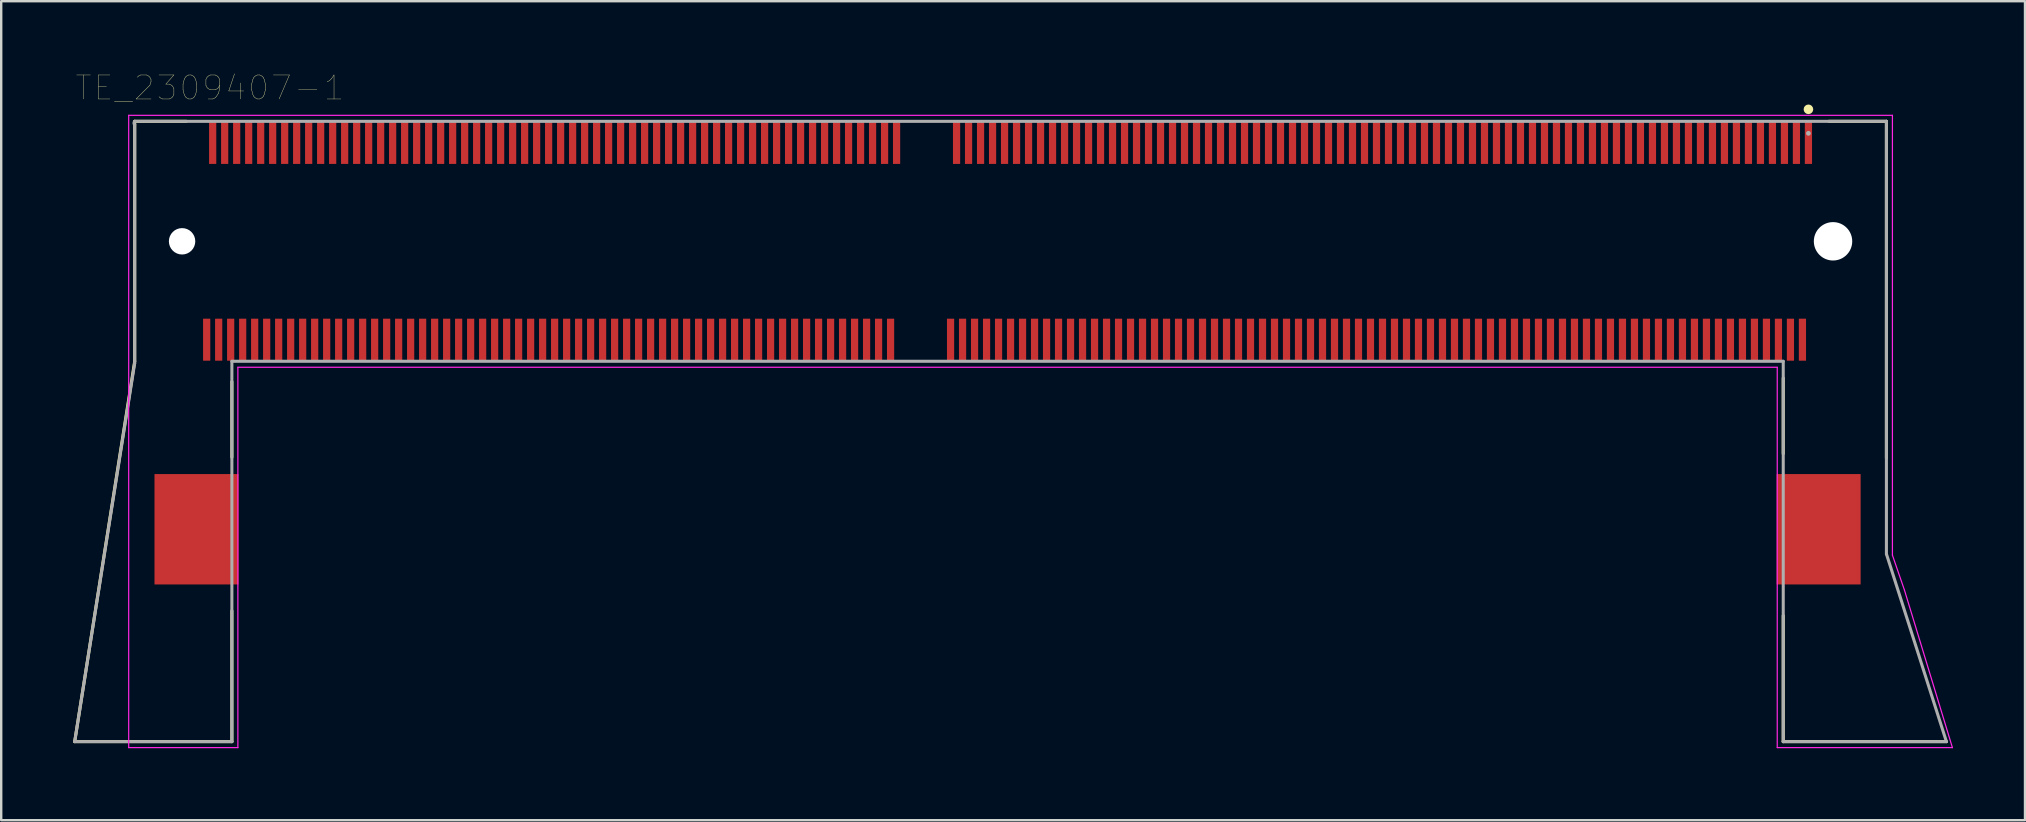
<source format=kicad_pcb>
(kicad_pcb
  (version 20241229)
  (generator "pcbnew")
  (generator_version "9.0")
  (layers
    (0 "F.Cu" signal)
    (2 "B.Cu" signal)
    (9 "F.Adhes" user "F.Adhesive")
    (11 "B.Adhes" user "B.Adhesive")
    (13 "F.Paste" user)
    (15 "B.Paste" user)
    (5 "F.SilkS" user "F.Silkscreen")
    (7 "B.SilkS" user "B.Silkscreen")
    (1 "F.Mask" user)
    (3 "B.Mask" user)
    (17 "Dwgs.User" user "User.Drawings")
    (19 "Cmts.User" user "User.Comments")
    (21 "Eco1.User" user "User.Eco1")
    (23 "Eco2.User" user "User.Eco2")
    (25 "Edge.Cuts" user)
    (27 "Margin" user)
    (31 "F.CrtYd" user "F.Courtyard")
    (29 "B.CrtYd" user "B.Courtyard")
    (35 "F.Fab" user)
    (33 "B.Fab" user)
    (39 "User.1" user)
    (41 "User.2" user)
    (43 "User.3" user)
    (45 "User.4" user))
  (footprint "TE_2309407-1"
    (layer "F.Cu")
    (at 35.438 7.006)
    (property "Reference" "TE_2309407-1" (at -29.74 -6.394 0) (layer "F.SilkS") (effects (font (size 1.001 1.001) (thickness 0.015))))
    (attr through_hole)
    (fp_line (start -35.375 20.85) (end -28.825 20.85) (stroke (width 0.127) (type solid)) (layer "F.SilkS"))
    (fp_line (start -32.875 -5) (end -32.875 5) (stroke (width 0.127) (type solid)) (layer "F.SilkS"))
    (fp_line (start -32.875 5) (end -35.375 20.85) (stroke (width 0.127) (type solid)) (layer "F.SilkS"))
    (fp_line (start -30.725 -5) (end -32.875 -5) (stroke (width 0.127) (type solid)) (layer "F.SilkS"))
    (fp_line (start -28.825 9) (end -28.825 5.85) (stroke (width 0.127) (type solid)) (layer "F.SilkS"))
    (fp_line (start -28.825 20.85) (end -28.825 15.402) (stroke (width 0.127) (type solid)) (layer "F.SilkS"))
    (fp_line (start 35.825 5.7) (end 35.825 8.85) (stroke (width 0.127) (type solid)) (layer "F.SilkS"))
    (fp_line (start 35.825 15.6) (end 35.825 20.85) (stroke (width 0.127) (type solid)) (layer "F.SilkS"))
    (fp_line (start 35.825 20.85) (end 42.625 20.85) (stroke (width 0.127) (type solid)) (layer "F.SilkS"))
    (fp_line (start 40.125 -5) (end 37.725 -5) (stroke (width 0.127) (type solid)) (layer "F.SilkS"))
    (fp_line (start 40.125 9.031) (end 40.125 -5) (stroke (width 0.127) (type solid)) (layer "F.SilkS"))
    (fp_circle (center 36.875 -5.5) (end 36.975 -5.5) (stroke (width 0.2) (type solid)) (fill no) (layer "F.SilkS"))
    (fp_line (start -33.125 -5.25) (end 40.375 -5.25) (stroke (width 0.05) (type solid)) (layer "F.CrtYd"))
    (fp_line (start -33.125 21.1) (end -33.125 -5.25) (stroke (width 0.05) (type solid)) (layer "F.CrtYd"))
    (fp_line (start -28.575 5.25) (end -28.575 21.1) (stroke (width 0.05) (type solid)) (layer "F.CrtYd"))
    (fp_line (start -28.575 21.1) (end -33.125 21.1) (stroke (width 0.05) (type solid)) (layer "F.CrtYd"))
    (fp_line (start 35.575 5.25) (end -28.575 5.25) (stroke (width 0.05) (type solid)) (layer "F.CrtYd"))
    (fp_line (start 35.575 21.1) (end 35.575 5.25) (stroke (width 0.05) (type solid)) (layer "F.CrtYd"))
    (fp_line (start 40.375 -5.25) (end 40.375 13.081) (stroke (width 0.05) (type solid)) (layer "F.CrtYd"))
    (fp_line (start 40.375 13.081) (end 40.875 14.531) (stroke (width 0.05) (type solid)) (layer "F.CrtYd"))
    (fp_line (start 40.875 14.531) (end 42.875 21.1) (stroke (width 0.05) (type solid)) (layer "F.CrtYd"))
    (fp_line (start 42.875 21.1) (end 35.575 21.1) (stroke (width 0.05) (type solid)) (layer "F.CrtYd"))
    (fp_line (start -35.375 20.85) (end -28.825 20.85) (stroke (width 0.127) (type solid)) (layer "F.Fab"))
    (fp_line (start -32.875 -4.855) (end -32.875 5.08) (stroke (width 0.127) (type solid)) (layer "F.Fab"))
    (fp_line (start -32.875 5.08) (end -35.375 20.85) (stroke (width 0.127) (type solid)) (layer "F.Fab"))
    (fp_line (start -28.825 5) (end 35.825 5) (stroke (width 0.127) (type solid)) (layer "F.Fab"))
    (fp_line (start -28.825 20.85) (end -28.825 5) (stroke (width 0.127) (type solid)) (layer "F.Fab"))
    (fp_line (start 35.825 5) (end 35.825 20.85) (stroke (width 0.127) (type solid)) (layer "F.Fab"))
    (fp_line (start 35.825 20.85) (end 42.625 20.85) (stroke (width 0.127) (type solid)) (layer "F.Fab"))
    (fp_line (start 40.125 -5) (end -32.875 -5) (stroke (width 0.127) (type solid)) (layer "F.Fab"))
    (fp_line (start 40.125 13.031) (end 40.125 -5) (stroke (width 0.127) (type solid)) (layer "F.Fab"))
    (fp_line (start 42.625 20.85) (end 40.125 13.031) (stroke (width 0.127) (type solid)) (layer "F.Fab"))
    (fp_arc (start -32.875 -4.855) (mid -32.90503 -4.9275) (end -32.875 -5) (stroke (width 0.127) (type solid)) (layer "F.Fab"))
    (fp_circle (center 36.875 -4.5) (end 36.925 -4.5) (stroke (width 0.1) (type solid)) (fill no) (layer "F.Fab"))
    (pad "" np_thru_hole circle (at -30.9 0) (size 1.1 1.1) (drill 1.1) (layers "*.Cu" "*.Mask"))
    (pad "" np_thru_hole circle (at 37.9 0) (size 1.6 1.6) (drill 1.6) (layers "*.Cu" "*.Mask"))
    (pad "1" smd rect (at 36.875 -4.1) (size 0.3 1.75) (layers "F.Cu" "F.Mask" "F.Paste"))
    (pad "2" smd rect (at 36.625 4.1) (size 0.3 1.75) (layers "F.Cu" "F.Mask" "F.Paste"))
    (pad "3" smd rect (at 36.375 -4.1) (size 0.3 1.75) (layers "F.Cu" "F.Mask" "F.Paste"))
    (pad "4" smd rect (at 36.125 4.1) (size 0.3 1.75) (layers "F.Cu" "F.Mask" "F.Paste"))
    (pad "5" smd rect (at 35.875 -4.1) (size 0.3 1.75) (layers "F.Cu" "F.Mask" "F.Paste"))
    (pad "6" smd rect (at 35.625 4.1) (size 0.3 1.75) (layers "F.Cu" "F.Mask" "F.Paste"))
    (pad "7" smd rect (at 35.375 -4.1) (size 0.3 1.75) (layers "F.Cu" "F.Mask" "F.Paste"))
    (pad "8" smd rect (at 35.125 4.1) (size 0.3 1.75) (layers "F.Cu" "F.Mask" "F.Paste"))
    (pad "9" smd rect (at 34.875 -4.1) (size 0.3 1.75) (layers "F.Cu" "F.Mask" "F.Paste"))
    (pad "10" smd rect (at 34.625 4.1) (size 0.3 1.75) (layers "F.Cu" "F.Mask" "F.Paste"))
    (pad "11" smd rect (at 34.375 -4.1) (size 0.3 1.75) (layers "F.Cu" "F.Mask" "F.Paste"))
    (pad "12" smd rect (at 34.125 4.1) (size 0.3 1.75) (layers "F.Cu" "F.Mask" "F.Paste"))
    (pad "13" smd rect (at 33.875 -4.1) (size 0.3 1.75) (layers "F.Cu" "F.Mask" "F.Paste"))
    (pad "14" smd rect (at 33.625 4.1) (size 0.3 1.75) (layers "F.Cu" "F.Mask" "F.Paste"))
    (pad "15" smd rect (at 33.375 -4.1) (size 0.3 1.75) (layers "F.Cu" "F.Mask" "F.Paste"))
    (pad "16" smd rect (at 33.125 4.1) (size 0.3 1.75) (layers "F.Cu" "F.Mask" "F.Paste"))
    (pad "17" smd rect (at 32.875 -4.1) (size 0.3 1.75) (layers "F.Cu" "F.Mask" "F.Paste"))
    (pad "18" smd rect (at 32.625 4.1) (size 0.3 1.75) (layers "F.Cu" "F.Mask" "F.Paste"))
    (pad "19" smd rect (at 32.375 -4.1) (size 0.3 1.75) (layers "F.Cu" "F.Mask" "F.Paste"))
    (pad "20" smd rect (at 32.125 4.1) (size 0.3 1.75) (layers "F.Cu" "F.Mask" "F.Paste"))
    (pad "21" smd rect (at 31.875 -4.1) (size 0.3 1.75) (layers "F.Cu" "F.Mask" "F.Paste"))
    (pad "22" smd rect (at 31.625 4.1) (size 0.3 1.75) (layers "F.Cu" "F.Mask" "F.Paste"))
    (pad "23" smd rect (at 31.375 -4.1) (size 0.3 1.75) (layers "F.Cu" "F.Mask" "F.Paste"))
    (pad "24" smd rect (at 31.125 4.1) (size 0.3 1.75) (layers "F.Cu" "F.Mask" "F.Paste"))
    (pad "25" smd rect (at 30.875 -4.1) (size 0.3 1.75) (layers "F.Cu" "F.Mask" "F.Paste"))
    (pad "26" smd rect (at 30.625 4.1) (size 0.3 1.75) (layers "F.Cu" "F.Mask" "F.Paste"))
    (pad "27" smd rect (at 30.375 -4.1) (size 0.3 1.75) (layers "F.Cu" "F.Mask" "F.Paste"))
    (pad "28" smd rect (at 30.125 4.1) (size 0.3 1.75) (layers "F.Cu" "F.Mask" "F.Paste"))
    (pad "29" smd rect (at 29.875 -4.1) (size 0.3 1.75) (layers "F.Cu" "F.Mask" "F.Paste"))
    (pad "30" smd rect (at 29.625 4.1) (size 0.3 1.75) (layers "F.Cu" "F.Mask" "F.Paste"))
    (pad "31" smd rect (at 29.375 -4.1) (size 0.3 1.75) (layers "F.Cu" "F.Mask" "F.Paste"))
    (pad "32" smd rect (at 29.125 4.1) (size 0.3 1.75) (layers "F.Cu" "F.Mask" "F.Paste"))
    (pad "33" smd rect (at 28.875 -4.1) (size 0.3 1.75) (layers "F.Cu" "F.Mask" "F.Paste"))
    (pad "34" smd rect (at 28.625 4.1) (size 0.3 1.75) (layers "F.Cu" "F.Mask" "F.Paste"))
    (pad "35" smd rect (at 28.375 -4.1) (size 0.3 1.75) (layers "F.Cu" "F.Mask" "F.Paste"))
    (pad "36" smd rect (at 28.125 4.1) (size 0.3 1.75) (layers "F.Cu" "F.Mask" "F.Paste"))
    (pad "37" smd rect (at 27.875 -4.1) (size 0.3 1.75) (layers "F.Cu" "F.Mask" "F.Paste"))
    (pad "38" smd rect (at 27.625 4.1) (size 0.3 1.75) (layers "F.Cu" "F.Mask" "F.Paste"))
    (pad "39" smd rect (at 27.375 -4.1) (size 0.3 1.75) (layers "F.Cu" "F.Mask" "F.Paste"))
    (pad "40" smd rect (at 27.125 4.1) (size 0.3 1.75) (layers "F.Cu" "F.Mask" "F.Paste"))
    (pad "41" smd rect (at 26.875 -4.1) (size 0.3 1.75) (layers "F.Cu" "F.Mask" "F.Paste"))
    (pad "42" smd rect (at 26.625 4.1) (size 0.3 1.75) (layers "F.Cu" "F.Mask" "F.Paste"))
    (pad "43" smd rect (at 26.375 -4.1) (size 0.3 1.75) (layers "F.Cu" "F.Mask" "F.Paste"))
    (pad "44" smd rect (at 26.125 4.1) (size 0.3 1.75) (layers "F.Cu" "F.Mask" "F.Paste"))
    (pad "45" smd rect (at 25.875 -4.1) (size 0.3 1.75) (layers "F.Cu" "F.Mask" "F.Paste"))
    (pad "46" smd rect (at 25.625 4.1) (size 0.3 1.75) (layers "F.Cu" "F.Mask" "F.Paste"))
    (pad "47" smd rect (at 25.375 -4.1) (size 0.3 1.75) (layers "F.Cu" "F.Mask" "F.Paste"))
    (pad "48" smd rect (at 25.125 4.1) (size 0.3 1.75) (layers "F.Cu" "F.Mask" "F.Paste"))
    (pad "49" smd rect (at 24.875 -4.1) (size 0.3 1.75) (layers "F.Cu" "F.Mask" "F.Paste"))
    (pad "50" smd rect (at 24.625 4.1) (size 0.3 1.75) (layers "F.Cu" "F.Mask" "F.Paste"))
    (pad "51" smd rect (at 24.375 -4.1) (size 0.3 1.75) (layers "F.Cu" "F.Mask" "F.Paste"))
    (pad "52" smd rect (at 24.125 4.1) (size 0.3 1.75) (layers "F.Cu" "F.Mask" "F.Paste"))
    (pad "53" smd rect (at 23.875 -4.1) (size 0.3 1.75) (layers "F.Cu" "F.Mask" "F.Paste"))
    (pad "54" smd rect (at 23.625 4.1) (size 0.3 1.75) (layers "F.Cu" "F.Mask" "F.Paste"))
    (pad "55" smd rect (at 23.375 -4.1) (size 0.3 1.75) (layers "F.Cu" "F.Mask" "F.Paste"))
    (pad "56" smd rect (at 23.125 4.1) (size 0.3 1.75) (layers "F.Cu" "F.Mask" "F.Paste"))
    (pad "57" smd rect (at 22.875 -4.1) (size 0.3 1.75) (layers "F.Cu" "F.Mask" "F.Paste"))
    (pad "58" smd rect (at 22.625 4.1) (size 0.3 1.75) (layers "F.Cu" "F.Mask" "F.Paste"))
    (pad "59" smd rect (at 22.375 -4.1) (size 0.3 1.75) (layers "F.Cu" "F.Mask" "F.Paste"))
    (pad "60" smd rect (at 22.125 4.1) (size 0.3 1.75) (layers "F.Cu" "F.Mask" "F.Paste"))
    (pad "61" smd rect (at 21.875 -4.1) (size 0.3 1.75) (layers "F.Cu" "F.Mask" "F.Paste"))
    (pad "62" smd rect (at 21.625 4.1) (size 0.3 1.75) (layers "F.Cu" "F.Mask" "F.Paste"))
    (pad "63" smd rect (at 21.375 -4.1) (size 0.3 1.75) (layers "F.Cu" "F.Mask" "F.Paste"))
    (pad "64" smd rect (at 21.125 4.1) (size 0.3 1.75) (layers "F.Cu" "F.Mask" "F.Paste"))
    (pad "65" smd rect (at 20.875 -4.1) (size 0.3 1.75) (layers "F.Cu" "F.Mask" "F.Paste"))
    (pad "66" smd rect (at 20.625 4.1) (size 0.3 1.75) (layers "F.Cu" "F.Mask" "F.Paste"))
    (pad "67" smd rect (at 20.375 -4.1) (size 0.3 1.75) (layers "F.Cu" "F.Mask" "F.Paste"))
    (pad "68" smd rect (at 20.125 4.1) (size 0.3 1.75) (layers "F.Cu" "F.Mask" "F.Paste"))
    (pad "69" smd rect (at 19.875 -4.1) (size 0.3 1.75) (layers "F.Cu" "F.Mask" "F.Paste"))
    (pad "70" smd rect (at 19.625 4.1) (size 0.3 1.75) (layers "F.Cu" "F.Mask" "F.Paste"))
    (pad "71" smd rect (at 19.375 -4.1) (size 0.3 1.75) (layers "F.Cu" "F.Mask" "F.Paste"))
    (pad "72" smd rect (at 19.125 4.1) (size 0.3 1.75) (layers "F.Cu" "F.Mask" "F.Paste"))
    (pad "73" smd rect (at 18.875 -4.1) (size 0.3 1.75) (layers "F.Cu" "F.Mask" "F.Paste"))
    (pad "74" smd rect (at 18.625 4.1) (size 0.3 1.75) (layers "F.Cu" "F.Mask" "F.Paste"))
    (pad "75" smd rect (at 18.375 -4.1) (size 0.3 1.75) (layers "F.Cu" "F.Mask" "F.Paste"))
    (pad "76" smd rect (at 18.125 4.1) (size 0.3 1.75) (layers "F.Cu" "F.Mask" "F.Paste"))
    (pad "77" smd rect (at 17.875 -4.1) (size 0.3 1.75) (layers "F.Cu" "F.Mask" "F.Paste"))
    (pad "78" smd rect (at 17.625 4.1) (size 0.3 1.75) (layers "F.Cu" "F.Mask" "F.Paste"))
    (pad "79" smd rect (at 17.375 -4.1) (size 0.3 1.75) (layers "F.Cu" "F.Mask" "F.Paste"))
    (pad "80" smd rect (at 17.125 4.1) (size 0.3 1.75) (layers "F.Cu" "F.Mask" "F.Paste"))
    (pad "81" smd rect (at 16.875 -4.1) (size 0.3 1.75) (layers "F.Cu" "F.Mask" "F.Paste"))
    (pad "82" smd rect (at 16.625 4.1) (size 0.3 1.75) (layers "F.Cu" "F.Mask" "F.Paste"))
    (pad "83" smd rect (at 16.375 -4.1) (size 0.3 1.75) (layers "F.Cu" "F.Mask" "F.Paste"))
    (pad "84" smd rect (at 16.125 4.1) (size 0.3 1.75) (layers "F.Cu" "F.Mask" "F.Paste"))
    (pad "85" smd rect (at 15.875 -4.1) (size 0.3 1.75) (layers "F.Cu" "F.Mask" "F.Paste"))
    (pad "86" smd rect (at 15.625 4.1) (size 0.3 1.75) (layers "F.Cu" "F.Mask" "F.Paste"))
    (pad "87" smd rect (at 15.375 -4.1) (size 0.3 1.75) (layers "F.Cu" "F.Mask" "F.Paste"))
    (pad "88" smd rect (at 15.125 4.1) (size 0.3 1.75) (layers "F.Cu" "F.Mask" "F.Paste"))
    (pad "89" smd rect (at 14.875 -4.1) (size 0.3 1.75) (layers "F.Cu" "F.Mask" "F.Paste"))
    (pad "90" smd rect (at 14.625 4.1) (size 0.3 1.75) (layers "F.Cu" "F.Mask" "F.Paste"))
    (pad "91" smd rect (at 14.375 -4.1) (size 0.3 1.75) (layers "F.Cu" "F.Mask" "F.Paste"))
    (pad "92" smd rect (at 14.125 4.1) (size 0.3 1.75) (layers "F.Cu" "F.Mask" "F.Paste"))
    (pad "93" smd rect (at 13.875 -4.1) (size 0.3 1.75) (layers "F.Cu" "F.Mask" "F.Paste"))
    (pad "94" smd rect (at 13.625 4.1) (size 0.3 1.75) (layers "F.Cu" "F.Mask" "F.Paste"))
    (pad "95" smd rect (at 13.375 -4.1) (size 0.3 1.75) (layers "F.Cu" "F.Mask" "F.Paste"))
    (pad "96" smd rect (at 13.125 4.1) (size 0.3 1.75) (layers "F.Cu" "F.Mask" "F.Paste"))
    (pad "97" smd rect (at 12.875 -4.1) (size 0.3 1.75) (layers "F.Cu" "F.Mask" "F.Paste"))
    (pad "98" smd rect (at 12.625 4.1) (size 0.3 1.75) (layers "F.Cu" "F.Mask" "F.Paste"))
    (pad "99" smd rect (at 12.375 -4.1) (size 0.3 1.75) (layers "F.Cu" "F.Mask" "F.Paste"))
    (pad "100" smd rect (at 12.125 4.1) (size 0.3 1.75) (layers "F.Cu" "F.Mask" "F.Paste"))
    (pad "101" smd rect (at 11.875 -4.1) (size 0.3 1.75) (layers "F.Cu" "F.Mask" "F.Paste"))
    (pad "102" smd rect (at 11.625 4.1) (size 0.3 1.75) (layers "F.Cu" "F.Mask" "F.Paste"))
    (pad "103" smd rect (at 11.375 -4.1) (size 0.3 1.75) (layers "F.Cu" "F.Mask" "F.Paste"))
    (pad "104" smd rect (at 11.125 4.1) (size 0.3 1.75) (layers "F.Cu" "F.Mask" "F.Paste"))
    (pad "105" smd rect (at 10.875 -4.1) (size 0.3 1.75) (layers "F.Cu" "F.Mask" "F.Paste"))
    (pad "106" smd rect (at 10.625 4.1) (size 0.3 1.75) (layers "F.Cu" "F.Mask" "F.Paste"))
    (pad "107" smd rect (at 10.375 -4.1) (size 0.3 1.75) (layers "F.Cu" "F.Mask" "F.Paste"))
    (pad "108" smd rect (at 10.125 4.1) (size 0.3 1.75) (layers "F.Cu" "F.Mask" "F.Paste"))
    (pad "109" smd rect (at 9.875 -4.1) (size 0.3 1.75) (layers "F.Cu" "F.Mask" "F.Paste"))
    (pad "110" smd rect (at 9.625 4.1) (size 0.3 1.75) (layers "F.Cu" "F.Mask" "F.Paste"))
    (pad "111" smd rect (at 9.375 -4.1) (size 0.3 1.75) (layers "F.Cu" "F.Mask" "F.Paste"))
    (pad "112" smd rect (at 9.125 4.1) (size 0.3 1.75) (layers "F.Cu" "F.Mask" "F.Paste"))
    (pad "113" smd rect (at 8.875 -4.1) (size 0.3 1.75) (layers "F.Cu" "F.Mask" "F.Paste"))
    (pad "114" smd rect (at 8.625 4.1) (size 0.3 1.75) (layers "F.Cu" "F.Mask" "F.Paste"))
    (pad "115" smd rect (at 8.375 -4.1) (size 0.3 1.75) (layers "F.Cu" "F.Mask" "F.Paste"))
    (pad "116" smd rect (at 8.125 4.1) (size 0.3 1.75) (layers "F.Cu" "F.Mask" "F.Paste"))
    (pad "117" smd rect (at 7.875 -4.1) (size 0.3 1.75) (layers "F.Cu" "F.Mask" "F.Paste"))
    (pad "118" smd rect (at 7.625 4.1) (size 0.3 1.75) (layers "F.Cu" "F.Mask" "F.Paste"))
    (pad "119" smd rect (at 7.375 -4.1) (size 0.3 1.75) (layers "F.Cu" "F.Mask" "F.Paste"))
    (pad "120" smd rect (at 7.125 4.1) (size 0.3 1.75) (layers "F.Cu" "F.Mask" "F.Paste"))
    (pad "121" smd rect (at 6.875 -4.1) (size 0.3 1.75) (layers "F.Cu" "F.Mask" "F.Paste"))
    (pad "122" smd rect (at 6.625 4.1) (size 0.3 1.75) (layers "F.Cu" "F.Mask" "F.Paste"))
    (pad "123" smd rect (at 6.375 -4.1) (size 0.3 1.75) (layers "F.Cu" "F.Mask" "F.Paste"))
    (pad "124" smd rect (at 6.125 4.1) (size 0.3 1.75) (layers "F.Cu" "F.Mask" "F.Paste"))
    (pad "125" smd rect (at 5.875 -4.1) (size 0.3 1.75) (layers "F.Cu" "F.Mask" "F.Paste"))
    (pad "126" smd rect (at 5.625 4.1) (size 0.3 1.75) (layers "F.Cu" "F.Mask" "F.Paste"))
    (pad "127" smd rect (at 5.375 -4.1) (size 0.3 1.75) (layers "F.Cu" "F.Mask" "F.Paste"))
    (pad "128" smd rect (at 5.125 4.1) (size 0.3 1.75) (layers "F.Cu" "F.Mask" "F.Paste"))
    (pad "129" smd rect (at 4.875 -4.1) (size 0.3 1.75) (layers "F.Cu" "F.Mask" "F.Paste"))
    (pad "130" smd rect (at 4.625 4.1) (size 0.3 1.75) (layers "F.Cu" "F.Mask" "F.Paste"))
    (pad "131" smd rect (at 4.375 -4.1) (size 0.3 1.75) (layers "F.Cu" "F.Mask" "F.Paste"))
    (pad "132" smd rect (at 4.125 4.1) (size 0.3 1.75) (layers "F.Cu" "F.Mask" "F.Paste"))
    (pad "133" smd rect (at 3.875 -4.1) (size 0.3 1.75) (layers "F.Cu" "F.Mask" "F.Paste"))
    (pad "134" smd rect (at 3.625 4.1) (size 0.3 1.75) (layers "F.Cu" "F.Mask" "F.Paste"))
    (pad "135" smd rect (at 3.375 -4.1) (size 0.3 1.75) (layers "F.Cu" "F.Mask" "F.Paste"))
    (pad "136" smd rect (at 3.125 4.1) (size 0.3 1.75) (layers "F.Cu" "F.Mask" "F.Paste"))
    (pad "137" smd rect (at 2.875 -4.1) (size 0.3 1.75) (layers "F.Cu" "F.Mask" "F.Paste"))
    (pad "138" smd rect (at 2.625 4.1) (size 0.3 1.75) (layers "F.Cu" "F.Mask" "F.Paste"))
    (pad "139" smd rect (at 2.375 -4.1) (size 0.3 1.75) (layers "F.Cu" "F.Mask" "F.Paste"))
    (pad "140" smd rect (at 2.125 4.1) (size 0.3 1.75) (layers "F.Cu" "F.Mask" "F.Paste"))
    (pad "141" smd rect (at 1.875 -4.1) (size 0.3 1.75) (layers "F.Cu" "F.Mask" "F.Paste"))
    (pad "142" smd rect (at 1.625 4.1) (size 0.3 1.75) (layers "F.Cu" "F.Mask" "F.Paste"))
    (pad "143" smd rect (at 1.375 -4.1) (size 0.3 1.75) (layers "F.Cu" "F.Mask" "F.Paste"))
    (pad "144" smd rect (at 1.125 4.1) (size 0.3 1.75) (layers "F.Cu" "F.Mask" "F.Paste"))
    (pad "145" smd rect (at -1.125 -4.1) (size 0.3 1.75) (layers "F.Cu" "F.Mask" "F.Paste"))
    (pad "146" smd rect (at -1.375 4.1) (size 0.3 1.75) (layers "F.Cu" "F.Mask" "F.Paste"))
    (pad "147" smd rect (at -1.625 -4.1) (size 0.3 1.75) (layers "F.Cu" "F.Mask" "F.Paste"))
    (pad "148" smd rect (at -1.875 4.1) (size 0.3 1.75) (layers "F.Cu" "F.Mask" "F.Paste"))
    (pad "149" smd rect (at -2.125 -4.1) (size 0.3 1.75) (layers "F.Cu" "F.Mask" "F.Paste"))
    (pad "150" smd rect (at -2.375 4.1) (size 0.3 1.75) (layers "F.Cu" "F.Mask" "F.Paste"))
    (pad "151" smd rect (at -2.625 -4.1) (size 0.3 1.75) (layers "F.Cu" "F.Mask" "F.Paste"))
    (pad "152" smd rect (at -2.875 4.1) (size 0.3 1.75) (layers "F.Cu" "F.Mask" "F.Paste"))
    (pad "153" smd rect (at -3.125 -4.1) (size 0.3 1.75) (layers "F.Cu" "F.Mask" "F.Paste"))
    (pad "154" smd rect (at -3.375 4.1) (size 0.3 1.75) (layers "F.Cu" "F.Mask" "F.Paste"))
    (pad "155" smd rect (at -3.625 -4.1) (size 0.3 1.75) (layers "F.Cu" "F.Mask" "F.Paste"))
    (pad "156" smd rect (at -3.875 4.1) (size 0.3 1.75) (layers "F.Cu" "F.Mask" "F.Paste"))
    (pad "157" smd rect (at -4.125 -4.1) (size 0.3 1.75) (layers "F.Cu" "F.Mask" "F.Paste"))
    (pad "158" smd rect (at -4.375 4.1) (size 0.3 1.75) (layers "F.Cu" "F.Mask" "F.Paste"))
    (pad "159" smd rect (at -4.625 -4.1) (size 0.3 1.75) (layers "F.Cu" "F.Mask" "F.Paste"))
    (pad "160" smd rect (at -4.875 4.1) (size 0.3 1.75) (layers "F.Cu" "F.Mask" "F.Paste"))
    (pad "161" smd rect (at -5.125 -4.1) (size 0.3 1.75) (layers "F.Cu" "F.Mask" "F.Paste"))
    (pad "162" smd rect (at -5.375 4.1) (size 0.3 1.75) (layers "F.Cu" "F.Mask" "F.Paste"))
    (pad "163" smd rect (at -5.625 -4.1) (size 0.3 1.75) (layers "F.Cu" "F.Mask" "F.Paste"))
    (pad "164" smd rect (at -5.875 4.1) (size 0.3 1.75) (layers "F.Cu" "F.Mask" "F.Paste"))
    (pad "165" smd rect (at -6.125 -4.1) (size 0.3 1.75) (layers "F.Cu" "F.Mask" "F.Paste"))
    (pad "166" smd rect (at -6.375 4.1) (size 0.3 1.75) (layers "F.Cu" "F.Mask" "F.Paste"))
    (pad "167" smd rect (at -6.625 -4.1) (size 0.3 1.75) (layers "F.Cu" "F.Mask" "F.Paste"))
    (pad "168" smd rect (at -6.875 4.1) (size 0.3 1.75) (layers "F.Cu" "F.Mask" "F.Paste"))
    (pad "169" smd rect (at -7.125 -4.1) (size 0.3 1.75) (layers "F.Cu" "F.Mask" "F.Paste"))
    (pad "170" smd rect (at -7.375 4.1) (size 0.3 1.75) (layers "F.Cu" "F.Mask" "F.Paste"))
    (pad "171" smd rect (at -7.625 -4.1) (size 0.3 1.75) (layers "F.Cu" "F.Mask" "F.Paste"))
    (pad "172" smd rect (at -7.875 4.1) (size 0.3 1.75) (layers "F.Cu" "F.Mask" "F.Paste"))
    (pad "173" smd rect (at -8.125 -4.1) (size 0.3 1.75) (layers "F.Cu" "F.Mask" "F.Paste"))
    (pad "174" smd rect (at -8.375 4.1) (size 0.3 1.75) (layers "F.Cu" "F.Mask" "F.Paste"))
    (pad "175" smd rect (at -8.625 -4.1) (size 0.3 1.75) (layers "F.Cu" "F.Mask" "F.Paste"))
    (pad "176" smd rect (at -8.875 4.1) (size 0.3 1.75) (layers "F.Cu" "F.Mask" "F.Paste"))
    (pad "177" smd rect (at -9.125 -4.1) (size 0.3 1.75) (layers "F.Cu" "F.Mask" "F.Paste"))
    (pad "178" smd rect (at -9.375 4.1) (size 0.3 1.75) (layers "F.Cu" "F.Mask" "F.Paste"))
    (pad "179" smd rect (at -9.625 -4.1) (size 0.3 1.75) (layers "F.Cu" "F.Mask" "F.Paste"))
    (pad "180" smd rect (at -9.875 4.1) (size 0.3 1.75) (layers "F.Cu" "F.Mask" "F.Paste"))
    (pad "181" smd rect (at -10.125 -4.1) (size 0.3 1.75) (layers "F.Cu" "F.Mask" "F.Paste"))
    (pad "182" smd rect (at -10.375 4.1) (size 0.3 1.75) (layers "F.Cu" "F.Mask" "F.Paste"))
    (pad "183" smd rect (at -10.625 -4.1) (size 0.3 1.75) (layers "F.Cu" "F.Mask" "F.Paste"))
    (pad "184" smd rect (at -10.875 4.1) (size 0.3 1.75) (layers "F.Cu" "F.Mask" "F.Paste"))
    (pad "185" smd rect (at -11.125 -4.1) (size 0.3 1.75) (layers "F.Cu" "F.Mask" "F.Paste"))
    (pad "186" smd rect (at -11.375 4.1) (size 0.3 1.75) (layers "F.Cu" "F.Mask" "F.Paste"))
    (pad "187" smd rect (at -11.625 -4.1) (size 0.3 1.75) (layers "F.Cu" "F.Mask" "F.Paste"))
    (pad "188" smd rect (at -11.875 4.1) (size 0.3 1.75) (layers "F.Cu" "F.Mask" "F.Paste"))
    (pad "189" smd rect (at -12.125 -4.1) (size 0.3 1.75) (layers "F.Cu" "F.Mask" "F.Paste"))
    (pad "190" smd rect (at -12.375 4.1) (size 0.3 1.75) (layers "F.Cu" "F.Mask" "F.Paste"))
    (pad "191" smd rect (at -12.625 -4.1) (size 0.3 1.75) (layers "F.Cu" "F.Mask" "F.Paste"))
    (pad "192" smd rect (at -12.875 4.1) (size 0.3 1.75) (layers "F.Cu" "F.Mask" "F.Paste"))
    (pad "193" smd rect (at -13.125 -4.1) (size 0.3 1.75) (layers "F.Cu" "F.Mask" "F.Paste"))
    (pad "194" smd rect (at -13.375 4.1) (size 0.3 1.75) (layers "F.Cu" "F.Mask" "F.Paste"))
    (pad "195" smd rect (at -13.625 -4.1) (size 0.3 1.75) (layers "F.Cu" "F.Mask" "F.Paste"))
    (pad "196" smd rect (at -13.875 4.1) (size 0.3 1.75) (layers "F.Cu" "F.Mask" "F.Paste"))
    (pad "197" smd rect (at -14.125 -4.1) (size 0.3 1.75) (layers "F.Cu" "F.Mask" "F.Paste"))
    (pad "198" smd rect (at -14.375 4.1) (size 0.3 1.75) (layers "F.Cu" "F.Mask" "F.Paste"))
    (pad "199" smd rect (at -14.625 -4.1) (size 0.3 1.75) (layers "F.Cu" "F.Mask" "F.Paste"))
    (pad "200" smd rect (at -14.875 4.1) (size 0.3 1.75) (layers "F.Cu" "F.Mask" "F.Paste"))
    (pad "201" smd rect (at -15.125 -4.1) (size 0.3 1.75) (layers "F.Cu" "F.Mask" "F.Paste"))
    (pad "202" smd rect (at -15.375 4.1) (size 0.3 1.75) (layers "F.Cu" "F.Mask" "F.Paste"))
    (pad "203" smd rect (at -15.625 -4.1) (size 0.3 1.75) (layers "F.Cu" "F.Mask" "F.Paste"))
    (pad "204" smd rect (at -15.875 4.1) (size 0.3 1.75) (layers "F.Cu" "F.Mask" "F.Paste"))
    (pad "205" smd rect (at -16.125 -4.1) (size 0.3 1.75) (layers "F.Cu" "F.Mask" "F.Paste"))
    (pad "206" smd rect (at -16.375 4.1) (size 0.3 1.75) (layers "F.Cu" "F.Mask" "F.Paste"))
    (pad "207" smd rect (at -16.625 -4.1) (size 0.3 1.75) (layers "F.Cu" "F.Mask" "F.Paste"))
    (pad "208" smd rect (at -16.875 4.1) (size 0.3 1.75) (layers "F.Cu" "F.Mask" "F.Paste"))
    (pad "209" smd rect (at -17.125 -4.1) (size 0.3 1.75) (layers "F.Cu" "F.Mask" "F.Paste"))
    (pad "210" smd rect (at -17.375 4.1) (size 0.3 1.75) (layers "F.Cu" "F.Mask" "F.Paste"))
    (pad "211" smd rect (at -17.625 -4.1) (size 0.3 1.75) (layers "F.Cu" "F.Mask" "F.Paste"))
    (pad "212" smd rect (at -17.875 4.1) (size 0.3 1.75) (layers "F.Cu" "F.Mask" "F.Paste"))
    (pad "213" smd rect (at -18.125 -4.1) (size 0.3 1.75) (layers "F.Cu" "F.Mask" "F.Paste"))
    (pad "214" smd rect (at -18.375 4.1) (size 0.3 1.75) (layers "F.Cu" "F.Mask" "F.Paste"))
    (pad "215" smd rect (at -18.625 -4.1) (size 0.3 1.75) (layers "F.Cu" "F.Mask" "F.Paste"))
    (pad "216" smd rect (at -18.875 4.1) (size 0.3 1.75) (layers "F.Cu" "F.Mask" "F.Paste"))
    (pad "217" smd rect (at -19.125 -4.1) (size 0.3 1.75) (layers "F.Cu" "F.Mask" "F.Paste"))
    (pad "218" smd rect (at -19.375 4.1) (size 0.3 1.75) (layers "F.Cu" "F.Mask" "F.Paste"))
    (pad "219" smd rect (at -19.625 -4.1) (size 0.3 1.75) (layers "F.Cu" "F.Mask" "F.Paste"))
    (pad "220" smd rect (at -19.875 4.1) (size 0.3 1.75) (layers "F.Cu" "F.Mask" "F.Paste"))
    (pad "221" smd rect (at -20.125 -4.1) (size 0.3 1.75) (layers "F.Cu" "F.Mask" "F.Paste"))
    (pad "222" smd rect (at -20.375 4.1) (size 0.3 1.75) (layers "F.Cu" "F.Mask" "F.Paste"))
    (pad "223" smd rect (at -20.625 -4.1) (size 0.3 1.75) (layers "F.Cu" "F.Mask" "F.Paste"))
    (pad "224" smd rect (at -20.875 4.1) (size 0.3 1.75) (layers "F.Cu" "F.Mask" "F.Paste"))
    (pad "225" smd rect (at -21.125 -4.1) (size 0.3 1.75) (layers "F.Cu" "F.Mask" "F.Paste"))
    (pad "226" smd rect (at -21.375 4.1) (size 0.3 1.75) (layers "F.Cu" "F.Mask" "F.Paste"))
    (pad "227" smd rect (at -21.625 -4.1) (size 0.3 1.75) (layers "F.Cu" "F.Mask" "F.Paste"))
    (pad "228" smd rect (at -21.875 4.1) (size 0.3 1.75) (layers "F.Cu" "F.Mask" "F.Paste"))
    (pad "229" smd rect (at -22.125 -4.1) (size 0.3 1.75) (layers "F.Cu" "F.Mask" "F.Paste"))
    (pad "230" smd rect (at -22.375 4.1) (size 0.3 1.75) (layers "F.Cu" "F.Mask" "F.Paste"))
    (pad "231" smd rect (at -22.625 -4.1) (size 0.3 1.75) (layers "F.Cu" "F.Mask" "F.Paste"))
    (pad "232" smd rect (at -22.875 4.1) (size 0.3 1.75) (layers "F.Cu" "F.Mask" "F.Paste"))
    (pad "233" smd rect (at -23.125 -4.1) (size 0.3 1.75) (layers "F.Cu" "F.Mask" "F.Paste"))
    (pad "234" smd rect (at -23.375 4.1) (size 0.3 1.75) (layers "F.Cu" "F.Mask" "F.Paste"))
    (pad "235" smd rect (at -23.625 -4.1) (size 0.3 1.75) (layers "F.Cu" "F.Mask" "F.Paste"))
    (pad "236" smd rect (at -23.875 4.1) (size 0.3 1.75) (layers "F.Cu" "F.Mask" "F.Paste"))
    (pad "237" smd rect (at -24.125 -4.1) (size 0.3 1.75) (layers "F.Cu" "F.Mask" "F.Paste"))
    (pad "238" smd rect (at -24.375 4.1) (size 0.3 1.75) (layers "F.Cu" "F.Mask" "F.Paste"))
    (pad "239" smd rect (at -24.625 -4.1) (size 0.3 1.75) (layers "F.Cu" "F.Mask" "F.Paste"))
    (pad "240" smd rect (at -24.875 4.1) (size 0.3 1.75) (layers "F.Cu" "F.Mask" "F.Paste"))
    (pad "241" smd rect (at -25.125 -4.1) (size 0.3 1.75) (layers "F.Cu" "F.Mask" "F.Paste"))
    (pad "242" smd rect (at -25.375 4.1) (size 0.3 1.75) (layers "F.Cu" "F.Mask" "F.Paste"))
    (pad "243" smd rect (at -25.625 -4.1) (size 0.3 1.75) (layers "F.Cu" "F.Mask" "F.Paste"))
    (pad "244" smd rect (at -25.875 4.1) (size 0.3 1.75) (layers "F.Cu" "F.Mask" "F.Paste"))
    (pad "245" smd rect (at -26.125 -4.1) (size 0.3 1.75) (layers "F.Cu" "F.Mask" "F.Paste"))
    (pad "246" smd rect (at -26.375 4.1) (size 0.3 1.75) (layers "F.Cu" "F.Mask" "F.Paste"))
    (pad "247" smd rect (at -26.625 -4.1) (size 0.3 1.75) (layers "F.Cu" "F.Mask" "F.Paste"))
    (pad "248" smd rect (at -26.875 4.1) (size 0.3 1.75) (layers "F.Cu" "F.Mask" "F.Paste"))
    (pad "249" smd rect (at -27.125 -4.1) (size 0.3 1.75) (layers "F.Cu" "F.Mask" "F.Paste"))
    (pad "250" smd rect (at -27.375 4.1) (size 0.3 1.75) (layers "F.Cu" "F.Mask" "F.Paste"))
    (pad "251" smd rect (at -27.625 -4.1) (size 0.3 1.75) (layers "F.Cu" "F.Mask" "F.Paste"))
    (pad "252" smd rect (at -27.875 4.1) (size 0.3 1.75) (layers "F.Cu" "F.Mask" "F.Paste"))
    (pad "253" smd rect (at -28.125 -4.1) (size 0.3 1.75) (layers "F.Cu" "F.Mask" "F.Paste"))
    (pad "254" smd rect (at -28.375 4.1) (size 0.3 1.75) (layers "F.Cu" "F.Mask" "F.Paste"))
    (pad "255" smd rect (at -28.625 -4.1) (size 0.3 1.75) (layers "F.Cu" "F.Mask" "F.Paste"))
    (pad "256" smd rect (at -28.875 4.1) (size 0.3 1.75) (layers "F.Cu" "F.Mask" "F.Paste"))
    (pad "257" smd rect (at -29.125 -4.1) (size 0.3 1.75) (layers "F.Cu" "F.Mask" "F.Paste"))
    (pad "258" smd rect (at -29.375 4.1) (size 0.3 1.75) (layers "F.Cu" "F.Mask" "F.Paste"))
    (pad "259" smd rect (at -29.625 -4.1) (size 0.3 1.75) (layers "F.Cu" "F.Mask" "F.Paste"))
    (pad "260" smd rect (at -29.875 4.1) (size 0.3 1.75) (layers "F.Cu" "F.Mask" "F.Paste"))
    (pad "SH1" smd rect (at 37.3 12) (size 3.5 4.6) (layers "F.Cu" "F.Mask" "F.Paste"))
    (pad "SH2" smd rect (at -30.3 12) (size 3.5 4.6) (layers "F.Cu" "F.Mask" "F.Paste")))
  (gr_rect
    (start -3 -3)
    (end 81.338 31.131)
    (stroke (width 0.1) (type default))
    (fill no)
    (layer "Edge.Cuts")))
</source>
